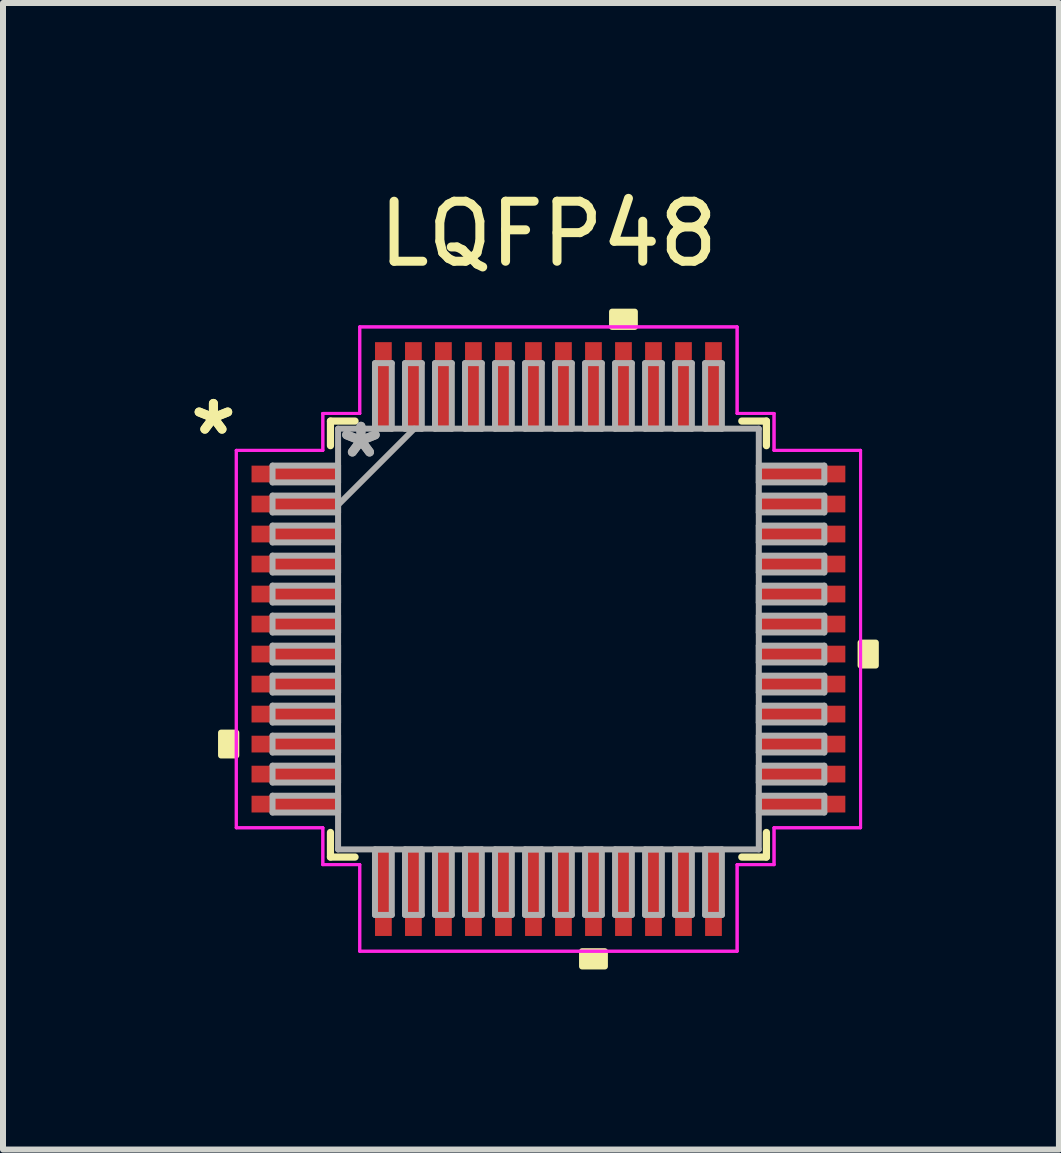
<source format=kicad_pcb>
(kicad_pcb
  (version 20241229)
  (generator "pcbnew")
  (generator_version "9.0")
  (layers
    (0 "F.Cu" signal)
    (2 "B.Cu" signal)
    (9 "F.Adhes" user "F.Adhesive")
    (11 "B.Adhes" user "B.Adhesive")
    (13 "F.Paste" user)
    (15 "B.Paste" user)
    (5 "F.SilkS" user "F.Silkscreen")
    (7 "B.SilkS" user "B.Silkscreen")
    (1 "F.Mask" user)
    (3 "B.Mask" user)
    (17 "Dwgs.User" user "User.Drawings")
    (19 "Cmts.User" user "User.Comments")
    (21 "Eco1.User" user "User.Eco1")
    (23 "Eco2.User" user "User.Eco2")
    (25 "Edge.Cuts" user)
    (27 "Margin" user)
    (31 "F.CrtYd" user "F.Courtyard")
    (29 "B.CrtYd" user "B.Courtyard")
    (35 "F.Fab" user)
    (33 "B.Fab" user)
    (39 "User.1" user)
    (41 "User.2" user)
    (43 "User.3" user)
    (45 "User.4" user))
  (footprint "LQFP48"
    (layer "F.Cu")
    (at 6.088 7.598)
    (property "Reference" "LQFP48" (at 0 -6.75 0) (layer "F.SilkS") (effects (font (size 1 1) (thickness 0.15))))
    (attr smd)
    (fp_line (start -3.632 -3.632) (end -3.632 -3.222) (stroke (width 0.12) (type solid)) (layer "F.SilkS"))
    (fp_line (start -3.632 3.222) (end -3.632 3.632) (stroke (width 0.12) (type solid)) (layer "F.SilkS"))
    (fp_line (start -3.632 3.632) (end -3.222 3.632) (stroke (width 0.12) (type solid)) (layer "F.SilkS"))
    (fp_line (start -3.222 -3.632) (end -3.632 -3.632) (stroke (width 0.12) (type solid)) (layer "F.SilkS"))
    (fp_line (start 3.222 3.632) (end 3.632 3.632) (stroke (width 0.12) (type solid)) (layer "F.SilkS"))
    (fp_line (start 3.632 -3.632) (end 3.222 -3.632) (stroke (width 0.12) (type solid)) (layer "F.SilkS"))
    (fp_line (start 3.632 -3.222) (end 3.632 -3.632) (stroke (width 0.12) (type solid)) (layer "F.SilkS"))
    (fp_line (start 3.632 3.632) (end 3.632 3.222) (stroke (width 0.12) (type solid)) (layer "F.SilkS"))
    (fp_poly (pts (xy -5.455 1.559) (xy -5.455 1.94) (xy -5.201 1.94) (xy -5.201 1.559)) (stroke (width 0.1) (type solid)) (fill yes) (layer "F.SilkS"))
    (fp_poly (pts (xy 0.56 5.201) (xy 0.56 5.455) (xy 0.941 5.455) (xy 0.941 5.201)) (stroke (width 0.1) (type solid)) (fill yes) (layer "F.SilkS"))
    (fp_poly (pts (xy 1.06 -5.201) (xy 1.06 -5.455) (xy 1.44 -5.455) (xy 1.44 -5.201)) (stroke (width 0.1) (type solid)) (fill yes) (layer "F.SilkS"))
    (fp_poly (pts (xy 5.455 0.059) (xy 5.455 0.441) (xy 5.201 0.441) (xy 5.201 0.059)) (stroke (width 0.1) (type solid)) (fill yes) (layer "F.SilkS"))
    (fp_line (start -5.201 -3.144) (end -3.759 -3.144) (stroke (width 0.05) (type solid)) (layer "F.CrtYd"))
    (fp_line (start -5.201 -3.144) (end -3.759 -3.144) (stroke (width 0.05) (type solid)) (layer "F.CrtYd"))
    (fp_line (start -5.201 3.144) (end -5.201 -3.144) (stroke (width 0.05) (type solid)) (layer "F.CrtYd"))
    (fp_line (start -5.201 3.144) (end -5.201 -3.144) (stroke (width 0.05) (type solid)) (layer "F.CrtYd"))
    (fp_line (start -3.759 -3.759) (end -3.144 -3.759) (stroke (width 0.05) (type solid)) (layer "F.CrtYd"))
    (fp_line (start -3.759 -3.759) (end -3.144 -3.759) (stroke (width 0.05) (type solid)) (layer "F.CrtYd"))
    (fp_line (start -3.759 -3.144) (end -3.759 -3.759) (stroke (width 0.05) (type solid)) (layer "F.CrtYd"))
    (fp_line (start -3.759 -3.144) (end -3.759 -3.759) (stroke (width 0.05) (type solid)) (layer "F.CrtYd"))
    (fp_line (start -3.759 3.144) (end -5.201 3.144) (stroke (width 0.05) (type solid)) (layer "F.CrtYd"))
    (fp_line (start -3.759 3.144) (end -5.201 3.144) (stroke (width 0.05) (type solid)) (layer "F.CrtYd"))
    (fp_line (start -3.759 3.759) (end -3.759 3.144) (stroke (width 0.05) (type solid)) (layer "F.CrtYd"))
    (fp_line (start -3.759 3.759) (end -3.759 3.144) (stroke (width 0.05) (type solid)) (layer "F.CrtYd"))
    (fp_line (start -3.759 3.759) (end -3.144 3.759) (stroke (width 0.05) (type solid)) (layer "F.CrtYd"))
    (fp_line (start -3.144 -5.201) (end 3.144 -5.201) (stroke (width 0.05) (type solid)) (layer "F.CrtYd"))
    (fp_line (start -3.144 -5.201) (end 3.144 -5.201) (stroke (width 0.05) (type solid)) (layer "F.CrtYd"))
    (fp_line (start -3.144 -3.759) (end -3.144 -5.201) (stroke (width 0.05) (type solid)) (layer "F.CrtYd"))
    (fp_line (start -3.144 -3.759) (end -3.144 -5.201) (stroke (width 0.05) (type solid)) (layer "F.CrtYd"))
    (fp_line (start -3.144 3.759) (end -3.759 3.759) (stroke (width 0.05) (type solid)) (layer "F.CrtYd"))
    (fp_line (start -3.144 3.759) (end -3.144 5.201) (stroke (width 0.05) (type solid)) (layer "F.CrtYd"))
    (fp_line (start -3.144 5.201) (end -3.144 3.759) (stroke (width 0.05) (type solid)) (layer "F.CrtYd"))
    (fp_line (start -3.144 5.201) (end 3.144 5.201) (stroke (width 0.05) (type solid)) (layer "F.CrtYd"))
    (fp_line (start 3.144 -5.201) (end 3.144 -3.759) (stroke (width 0.05) (type solid)) (layer "F.CrtYd"))
    (fp_line (start 3.144 -5.201) (end 3.144 -3.759) (stroke (width 0.05) (type solid)) (layer "F.CrtYd"))
    (fp_line (start 3.144 -3.759) (end 3.759 -3.759) (stroke (width 0.05) (type solid)) (layer "F.CrtYd"))
    (fp_line (start 3.144 -3.759) (end 3.759 -3.759) (stroke (width 0.05) (type solid)) (layer "F.CrtYd"))
    (fp_line (start 3.144 3.759) (end 3.144 5.201) (stroke (width 0.05) (type solid)) (layer "F.CrtYd"))
    (fp_line (start 3.144 3.759) (end 3.759 3.759) (stroke (width 0.05) (type solid)) (layer "F.CrtYd"))
    (fp_line (start 3.144 5.201) (end -3.144 5.201) (stroke (width 0.05) (type solid)) (layer "F.CrtYd"))
    (fp_line (start 3.144 5.201) (end 3.144 3.759) (stroke (width 0.05) (type solid)) (layer "F.CrtYd"))
    (fp_line (start 3.759 -3.759) (end 3.759 -3.144) (stroke (width 0.05) (type solid)) (layer "F.CrtYd"))
    (fp_line (start 3.759 -3.144) (end 3.759 -3.759) (stroke (width 0.05) (type solid)) (layer "F.CrtYd"))
    (fp_line (start 3.759 -3.144) (end 5.201 -3.144) (stroke (width 0.05) (type solid)) (layer "F.CrtYd"))
    (fp_line (start 3.759 3.144) (end 3.759 3.759) (stroke (width 0.05) (type solid)) (layer "F.CrtYd"))
    (fp_line (start 3.759 3.144) (end 5.201 3.144) (stroke (width 0.05) (type solid)) (layer "F.CrtYd"))
    (fp_line (start 3.759 3.759) (end 3.144 3.759) (stroke (width 0.05) (type solid)) (layer "F.CrtYd"))
    (fp_line (start 3.759 3.759) (end 3.759 3.144) (stroke (width 0.05) (type solid)) (layer "F.CrtYd"))
    (fp_line (start 5.201 -3.144) (end 3.759 -3.144) (stroke (width 0.05) (type solid)) (layer "F.CrtYd"))
    (fp_line (start 5.201 -3.144) (end 5.201 3.144) (stroke (width 0.05) (type solid)) (layer "F.CrtYd"))
    (fp_line (start 5.201 3.144) (end 3.759 3.144) (stroke (width 0.05) (type solid)) (layer "F.CrtYd"))
    (fp_line (start 5.201 3.144) (end 5.201 -3.144) (stroke (width 0.05) (type solid)) (layer "F.CrtYd"))
    (fp_line (start -4.597 -2.89) (end -4.597 -2.61) (stroke (width 0.1) (type solid)) (layer "F.Fab"))
    (fp_line (start -4.597 -2.61) (end -3.505 -2.61) (stroke (width 0.1) (type solid)) (layer "F.Fab"))
    (fp_line (start -4.597 -2.39) (end -4.597 -2.11) (stroke (width 0.1) (type solid)) (layer "F.Fab"))
    (fp_line (start -4.597 -2.11) (end -3.505 -2.11) (stroke (width 0.1) (type solid)) (layer "F.Fab"))
    (fp_line (start -4.597 -1.89) (end -4.597 -1.61) (stroke (width 0.1) (type solid)) (layer "F.Fab"))
    (fp_line (start -4.597 -1.61) (end -3.505 -1.61) (stroke (width 0.1) (type solid)) (layer "F.Fab"))
    (fp_line (start -4.597 -1.39) (end -4.597 -1.11) (stroke (width 0.1) (type solid)) (layer "F.Fab"))
    (fp_line (start -4.597 -1.11) (end -3.505 -1.11) (stroke (width 0.1) (type solid)) (layer "F.Fab"))
    (fp_line (start -4.597 -0.89) (end -4.597 -0.61) (stroke (width 0.1) (type solid)) (layer "F.Fab"))
    (fp_line (start -4.597 -0.61) (end -3.505 -0.61) (stroke (width 0.1) (type solid)) (layer "F.Fab"))
    (fp_line (start -4.597 -0.39) (end -4.597 -0.11) (stroke (width 0.1) (type solid)) (layer "F.Fab"))
    (fp_line (start -4.597 -0.11) (end -3.505 -0.11) (stroke (width 0.1) (type solid)) (layer "F.Fab"))
    (fp_line (start -4.597 0.11) (end -4.597 0.39) (stroke (width 0.1) (type solid)) (layer "F.Fab"))
    (fp_line (start -4.597 0.39) (end -3.505 0.39) (stroke (width 0.1) (type solid)) (layer "F.Fab"))
    (fp_line (start -4.597 0.61) (end -4.597 0.89) (stroke (width 0.1) (type solid)) (layer "F.Fab"))
    (fp_line (start -4.597 0.89) (end -3.505 0.89) (stroke (width 0.1) (type solid)) (layer "F.Fab"))
    (fp_line (start -4.597 1.11) (end -4.597 1.39) (stroke (width 0.1) (type solid)) (layer "F.Fab"))
    (fp_line (start -4.597 1.39) (end -3.505 1.39) (stroke (width 0.1) (type solid)) (layer "F.Fab"))
    (fp_line (start -4.597 1.61) (end -4.597 1.89) (stroke (width 0.1) (type solid)) (layer "F.Fab"))
    (fp_line (start -4.597 1.89) (end -3.505 1.89) (stroke (width 0.1) (type solid)) (layer "F.Fab"))
    (fp_line (start -4.597 2.11) (end -4.597 2.39) (stroke (width 0.1) (type solid)) (layer "F.Fab"))
    (fp_line (start -4.597 2.39) (end -3.505 2.39) (stroke (width 0.1) (type solid)) (layer "F.Fab"))
    (fp_line (start -4.597 2.61) (end -4.597 2.89) (stroke (width 0.1) (type solid)) (layer "F.Fab"))
    (fp_line (start -4.597 2.89) (end -3.505 2.89) (stroke (width 0.1) (type solid)) (layer "F.Fab"))
    (fp_line (start -3.505 -3.505) (end -3.505 3.505) (stroke (width 0.1) (type solid)) (layer "F.Fab"))
    (fp_line (start -3.505 -2.89) (end -4.597 -2.89) (stroke (width 0.1) (type solid)) (layer "F.Fab"))
    (fp_line (start -3.505 -2.61) (end -3.505 -2.89) (stroke (width 0.1) (type solid)) (layer "F.Fab"))
    (fp_line (start -3.505 -2.39) (end -4.597 -2.39) (stroke (width 0.1) (type solid)) (layer "F.Fab"))
    (fp_line (start -3.505 -2.235) (end -2.235 -3.505) (stroke (width 0.1) (type solid)) (layer "F.Fab"))
    (fp_line (start -3.505 -2.11) (end -3.505 -2.39) (stroke (width 0.1) (type solid)) (layer "F.Fab"))
    (fp_line (start -3.505 -1.89) (end -4.597 -1.89) (stroke (width 0.1) (type solid)) (layer "F.Fab"))
    (fp_line (start -3.505 -1.61) (end -3.505 -1.89) (stroke (width 0.1) (type solid)) (layer "F.Fab"))
    (fp_line (start -3.505 -1.39) (end -4.597 -1.39) (stroke (width 0.1) (type solid)) (layer "F.Fab"))
    (fp_line (start -3.505 -1.11) (end -3.505 -1.39) (stroke (width 0.1) (type solid)) (layer "F.Fab"))
    (fp_line (start -3.505 -0.89) (end -4.597 -0.89) (stroke (width 0.1) (type solid)) (layer "F.Fab"))
    (fp_line (start -3.505 -0.61) (end -3.505 -0.89) (stroke (width 0.1) (type solid)) (layer "F.Fab"))
    (fp_line (start -3.505 -0.39) (end -4.597 -0.39) (stroke (width 0.1) (type solid)) (layer "F.Fab"))
    (fp_line (start -3.505 -0.11) (end -3.505 -0.39) (stroke (width 0.1) (type solid)) (layer "F.Fab"))
    (fp_line (start -3.505 0.11) (end -4.597 0.11) (stroke (width 0.1) (type solid)) (layer "F.Fab"))
    (fp_line (start -3.505 0.39) (end -3.505 0.11) (stroke (width 0.1) (type solid)) (layer "F.Fab"))
    (fp_line (start -3.505 0.61) (end -4.597 0.61) (stroke (width 0.1) (type solid)) (layer "F.Fab"))
    (fp_line (start -3.505 0.89) (end -3.505 0.61) (stroke (width 0.1) (type solid)) (layer "F.Fab"))
    (fp_line (start -3.505 1.11) (end -4.597 1.11) (stroke (width 0.1) (type solid)) (layer "F.Fab"))
    (fp_line (start -3.505 1.39) (end -3.505 1.11) (stroke (width 0.1) (type solid)) (layer "F.Fab"))
    (fp_line (start -3.505 1.61) (end -4.597 1.61) (stroke (width 0.1) (type solid)) (layer "F.Fab"))
    (fp_line (start -3.505 1.89) (end -3.505 1.61) (stroke (width 0.1) (type solid)) (layer "F.Fab"))
    (fp_line (start -3.505 2.11) (end -4.597 2.11) (stroke (width 0.1) (type solid)) (layer "F.Fab"))
    (fp_line (start -3.505 2.39) (end -3.505 2.11) (stroke (width 0.1) (type solid)) (layer "F.Fab"))
    (fp_line (start -3.505 2.61) (end -4.597 2.61) (stroke (width 0.1) (type solid)) (layer "F.Fab"))
    (fp_line (start -3.505 2.89) (end -3.505 2.61) (stroke (width 0.1) (type solid)) (layer "F.Fab"))
    (fp_line (start -3.505 3.505) (end 3.505 3.505) (stroke (width 0.1) (type solid)) (layer "F.Fab"))
    (fp_line (start -2.89 -4.597) (end -2.89 -3.505) (stroke (width 0.1) (type solid)) (layer "F.Fab"))
    (fp_line (start -2.89 -3.505) (end -2.61 -3.505) (stroke (width 0.1) (type solid)) (layer "F.Fab"))
    (fp_line (start -2.89 3.505) (end -2.89 4.597) (stroke (width 0.1) (type solid)) (layer "F.Fab"))
    (fp_line (start -2.89 4.597) (end -2.61 4.597) (stroke (width 0.1) (type solid)) (layer "F.Fab"))
    (fp_line (start -2.61 -4.597) (end -2.89 -4.597) (stroke (width 0.1) (type solid)) (layer "F.Fab"))
    (fp_line (start -2.61 -3.505) (end -2.61 -4.597) (stroke (width 0.1) (type solid)) (layer "F.Fab"))
    (fp_line (start -2.61 3.505) (end -2.89 3.505) (stroke (width 0.1) (type solid)) (layer "F.Fab"))
    (fp_line (start -2.61 4.597) (end -2.61 3.505) (stroke (width 0.1) (type solid)) (layer "F.Fab"))
    (fp_line (start -2.39 -4.597) (end -2.39 -3.505) (stroke (width 0.1) (type solid)) (layer "F.Fab"))
    (fp_line (start -2.39 -3.505) (end -2.11 -3.505) (stroke (width 0.1) (type solid)) (layer "F.Fab"))
    (fp_line (start -2.39 3.505) (end -2.39 4.597) (stroke (width 0.1) (type solid)) (layer "F.Fab"))
    (fp_line (start -2.39 4.597) (end -2.11 4.597) (stroke (width 0.1) (type solid)) (layer "F.Fab"))
    (fp_line (start -2.11 -4.597) (end -2.39 -4.597) (stroke (width 0.1) (type solid)) (layer "F.Fab"))
    (fp_line (start -2.11 -3.505) (end -2.11 -4.597) (stroke (width 0.1) (type solid)) (layer "F.Fab"))
    (fp_line (start -2.11 3.505) (end -2.39 3.505) (stroke (width 0.1) (type solid)) (layer "F.Fab"))
    (fp_line (start -2.11 4.597) (end -2.11 3.505) (stroke (width 0.1) (type solid)) (layer "F.Fab"))
    (fp_line (start -1.89 -4.597) (end -1.89 -3.505) (stroke (width 0.1) (type solid)) (layer "F.Fab"))
    (fp_line (start -1.89 -3.505) (end -1.61 -3.505) (stroke (width 0.1) (type solid)) (layer "F.Fab"))
    (fp_line (start -1.89 3.505) (end -1.89 4.597) (stroke (width 0.1) (type solid)) (layer "F.Fab"))
    (fp_line (start -1.89 4.597) (end -1.61 4.597) (stroke (width 0.1) (type solid)) (layer "F.Fab"))
    (fp_line (start -1.61 -4.597) (end -1.89 -4.597) (stroke (width 0.1) (type solid)) (layer "F.Fab"))
    (fp_line (start -1.61 -3.505) (end -1.61 -4.597) (stroke (width 0.1) (type solid)) (layer "F.Fab"))
    (fp_line (start -1.61 3.505) (end -1.89 3.505) (stroke (width 0.1) (type solid)) (layer "F.Fab"))
    (fp_line (start -1.61 4.597) (end -1.61 3.505) (stroke (width 0.1) (type solid)) (layer "F.Fab"))
    (fp_line (start -1.39 -4.597) (end -1.39 -3.505) (stroke (width 0.1) (type solid)) (layer "F.Fab"))
    (fp_line (start -1.39 -3.505) (end -1.11 -3.505) (stroke (width 0.1) (type solid)) (layer "F.Fab"))
    (fp_line (start -1.39 3.505) (end -1.39 4.597) (stroke (width 0.1) (type solid)) (layer "F.Fab"))
    (fp_line (start -1.39 4.597) (end -1.11 4.597) (stroke (width 0.1) (type solid)) (layer "F.Fab"))
    (fp_line (start -1.11 -4.597) (end -1.39 -4.597) (stroke (width 0.1) (type solid)) (layer "F.Fab"))
    (fp_line (start -1.11 -3.505) (end -1.11 -4.597) (stroke (width 0.1) (type solid)) (layer "F.Fab"))
    (fp_line (start -1.11 3.505) (end -1.39 3.505) (stroke (width 0.1) (type solid)) (layer "F.Fab"))
    (fp_line (start -1.11 4.597) (end -1.11 3.505) (stroke (width 0.1) (type solid)) (layer "F.Fab"))
    (fp_line (start -0.89 -4.597) (end -0.89 -3.505) (stroke (width 0.1) (type solid)) (layer "F.Fab"))
    (fp_line (start -0.89 -3.505) (end -0.61 -3.505) (stroke (width 0.1) (type solid)) (layer "F.Fab"))
    (fp_line (start -0.89 3.505) (end -0.89 4.597) (stroke (width 0.1) (type solid)) (layer "F.Fab"))
    (fp_line (start -0.89 4.597) (end -0.61 4.597) (stroke (width 0.1) (type solid)) (layer "F.Fab"))
    (fp_line (start -0.61 -4.597) (end -0.89 -4.597) (stroke (width 0.1) (type solid)) (layer "F.Fab"))
    (fp_line (start -0.61 -3.505) (end -0.61 -4.597) (stroke (width 0.1) (type solid)) (layer "F.Fab"))
    (fp_line (start -0.61 3.505) (end -0.89 3.505) (stroke (width 0.1) (type solid)) (layer "F.Fab"))
    (fp_line (start -0.61 4.597) (end -0.61 3.505) (stroke (width 0.1) (type solid)) (layer "F.Fab"))
    (fp_line (start -0.39 -4.597) (end -0.39 -3.505) (stroke (width 0.1) (type solid)) (layer "F.Fab"))
    (fp_line (start -0.39 -3.505) (end -0.11 -3.505) (stroke (width 0.1) (type solid)) (layer "F.Fab"))
    (fp_line (start -0.39 3.505) (end -0.39 4.597) (stroke (width 0.1) (type solid)) (layer "F.Fab"))
    (fp_line (start -0.39 4.597) (end -0.11 4.597) (stroke (width 0.1) (type solid)) (layer "F.Fab"))
    (fp_line (start -0.11 -4.597) (end -0.39 -4.597) (stroke (width 0.1) (type solid)) (layer "F.Fab"))
    (fp_line (start -0.11 -3.505) (end -0.11 -4.597) (stroke (width 0.1) (type solid)) (layer "F.Fab"))
    (fp_line (start -0.11 3.505) (end -0.39 3.505) (stroke (width 0.1) (type solid)) (layer "F.Fab"))
    (fp_line (start -0.11 4.597) (end -0.11 3.505) (stroke (width 0.1) (type solid)) (layer "F.Fab"))
    (fp_line (start 0.11 -4.597) (end 0.11 -3.505) (stroke (width 0.1) (type solid)) (layer "F.Fab"))
    (fp_line (start 0.11 -3.505) (end 0.39 -3.505) (stroke (width 0.1) (type solid)) (layer "F.Fab"))
    (fp_line (start 0.11 3.505) (end 0.11 4.597) (stroke (width 0.1) (type solid)) (layer "F.Fab"))
    (fp_line (start 0.11 4.597) (end 0.39 4.597) (stroke (width 0.1) (type solid)) (layer "F.Fab"))
    (fp_line (start 0.39 -4.597) (end 0.11 -4.597) (stroke (width 0.1) (type solid)) (layer "F.Fab"))
    (fp_line (start 0.39 -3.505) (end 0.39 -4.597) (stroke (width 0.1) (type solid)) (layer "F.Fab"))
    (fp_line (start 0.39 3.505) (end 0.11 3.505) (stroke (width 0.1) (type solid)) (layer "F.Fab"))
    (fp_line (start 0.39 4.597) (end 0.39 3.505) (stroke (width 0.1) (type solid)) (layer "F.Fab"))
    (fp_line (start 0.61 -4.597) (end 0.61 -3.505) (stroke (width 0.1) (type solid)) (layer "F.Fab"))
    (fp_line (start 0.61 -3.505) (end 0.89 -3.505) (stroke (width 0.1) (type solid)) (layer "F.Fab"))
    (fp_line (start 0.61 3.505) (end 0.61 4.597) (stroke (width 0.1) (type solid)) (layer "F.Fab"))
    (fp_line (start 0.61 4.597) (end 0.89 4.597) (stroke (width 0.1) (type solid)) (layer "F.Fab"))
    (fp_line (start 0.89 -4.597) (end 0.61 -4.597) (stroke (width 0.1) (type solid)) (layer "F.Fab"))
    (fp_line (start 0.89 -3.505) (end 0.89 -4.597) (stroke (width 0.1) (type solid)) (layer "F.Fab"))
    (fp_line (start 0.89 3.505) (end 0.61 3.505) (stroke (width 0.1) (type solid)) (layer "F.Fab"))
    (fp_line (start 0.89 4.597) (end 0.89 3.505) (stroke (width 0.1) (type solid)) (layer "F.Fab"))
    (fp_line (start 1.11 -4.597) (end 1.11 -3.505) (stroke (width 0.1) (type solid)) (layer "F.Fab"))
    (fp_line (start 1.11 -3.505) (end 1.39 -3.505) (stroke (width 0.1) (type solid)) (layer "F.Fab"))
    (fp_line (start 1.11 3.505) (end 1.11 4.597) (stroke (width 0.1) (type solid)) (layer "F.Fab"))
    (fp_line (start 1.11 4.597) (end 1.39 4.597) (stroke (width 0.1) (type solid)) (layer "F.Fab"))
    (fp_line (start 1.39 -4.597) (end 1.11 -4.597) (stroke (width 0.1) (type solid)) (layer "F.Fab"))
    (fp_line (start 1.39 -3.505) (end 1.39 -4.597) (stroke (width 0.1) (type solid)) (layer "F.Fab"))
    (fp_line (start 1.39 3.505) (end 1.11 3.505) (stroke (width 0.1) (type solid)) (layer "F.Fab"))
    (fp_line (start 1.39 4.597) (end 1.39 3.505) (stroke (width 0.1) (type solid)) (layer "F.Fab"))
    (fp_line (start 1.61 -4.597) (end 1.61 -3.505) (stroke (width 0.1) (type solid)) (layer "F.Fab"))
    (fp_line (start 1.61 -3.505) (end 1.89 -3.505) (stroke (width 0.1) (type solid)) (layer "F.Fab"))
    (fp_line (start 1.61 3.505) (end 1.61 4.597) (stroke (width 0.1) (type solid)) (layer "F.Fab"))
    (fp_line (start 1.61 4.597) (end 1.89 4.597) (stroke (width 0.1) (type solid)) (layer "F.Fab"))
    (fp_line (start 1.89 -4.597) (end 1.61 -4.597) (stroke (width 0.1) (type solid)) (layer "F.Fab"))
    (fp_line (start 1.89 -3.505) (end 1.89 -4.597) (stroke (width 0.1) (type solid)) (layer "F.Fab"))
    (fp_line (start 1.89 3.505) (end 1.61 3.505) (stroke (width 0.1) (type solid)) (layer "F.Fab"))
    (fp_line (start 1.89 4.597) (end 1.89 3.505) (stroke (width 0.1) (type solid)) (layer "F.Fab"))
    (fp_line (start 2.11 -4.597) (end 2.11 -3.505) (stroke (width 0.1) (type solid)) (layer "F.Fab"))
    (fp_line (start 2.11 -3.505) (end 2.39 -3.505) (stroke (width 0.1) (type solid)) (layer "F.Fab"))
    (fp_line (start 2.11 3.505) (end 2.11 4.597) (stroke (width 0.1) (type solid)) (layer "F.Fab"))
    (fp_line (start 2.11 4.597) (end 2.39 4.597) (stroke (width 0.1) (type solid)) (layer "F.Fab"))
    (fp_line (start 2.39 -4.597) (end 2.11 -4.597) (stroke (width 0.1) (type solid)) (layer "F.Fab"))
    (fp_line (start 2.39 -3.505) (end 2.39 -4.597) (stroke (width 0.1) (type solid)) (layer "F.Fab"))
    (fp_line (start 2.39 3.505) (end 2.11 3.505) (stroke (width 0.1) (type solid)) (layer "F.Fab"))
    (fp_line (start 2.39 4.597) (end 2.39 3.505) (stroke (width 0.1) (type solid)) (layer "F.Fab"))
    (fp_line (start 2.61 -4.597) (end 2.61 -3.505) (stroke (width 0.1) (type solid)) (layer "F.Fab"))
    (fp_line (start 2.61 -3.505) (end 2.89 -3.505) (stroke (width 0.1) (type solid)) (layer "F.Fab"))
    (fp_line (start 2.61 3.505) (end 2.61 4.597) (stroke (width 0.1) (type solid)) (layer "F.Fab"))
    (fp_line (start 2.61 4.597) (end 2.89 4.597) (stroke (width 0.1) (type solid)) (layer "F.Fab"))
    (fp_line (start 2.89 -4.597) (end 2.61 -4.597) (stroke (width 0.1) (type solid)) (layer "F.Fab"))
    (fp_line (start 2.89 -3.505) (end 2.89 -4.597) (stroke (width 0.1) (type solid)) (layer "F.Fab"))
    (fp_line (start 2.89 3.505) (end 2.61 3.505) (stroke (width 0.1) (type solid)) (layer "F.Fab"))
    (fp_line (start 2.89 4.597) (end 2.89 3.505) (stroke (width 0.1) (type solid)) (layer "F.Fab"))
    (fp_line (start 3.505 -3.505) (end -3.505 -3.505) (stroke (width 0.1) (type solid)) (layer "F.Fab"))
    (fp_line (start 3.505 -2.89) (end 3.505 -2.61) (stroke (width 0.1) (type solid)) (layer "F.Fab"))
    (fp_line (start 3.505 -2.61) (end 4.597 -2.61) (stroke (width 0.1) (type solid)) (layer "F.Fab"))
    (fp_line (start 3.505 -2.39) (end 3.505 -2.11) (stroke (width 0.1) (type solid)) (layer "F.Fab"))
    (fp_line (start 3.505 -2.11) (end 4.597 -2.11) (stroke (width 0.1) (type solid)) (layer "F.Fab"))
    (fp_line (start 3.505 -1.89) (end 3.505 -1.61) (stroke (width 0.1) (type solid)) (layer "F.Fab"))
    (fp_line (start 3.505 -1.61) (end 4.597 -1.61) (stroke (width 0.1) (type solid)) (layer "F.Fab"))
    (fp_line (start 3.505 -1.39) (end 3.505 -1.11) (stroke (width 0.1) (type solid)) (layer "F.Fab"))
    (fp_line (start 3.505 -1.11) (end 4.597 -1.11) (stroke (width 0.1) (type solid)) (layer "F.Fab"))
    (fp_line (start 3.505 -0.89) (end 3.505 -0.61) (stroke (width 0.1) (type solid)) (layer "F.Fab"))
    (fp_line (start 3.505 -0.61) (end 4.597 -0.61) (stroke (width 0.1) (type solid)) (layer "F.Fab"))
    (fp_line (start 3.505 -0.39) (end 3.505 -0.11) (stroke (width 0.1) (type solid)) (layer "F.Fab"))
    (fp_line (start 3.505 -0.11) (end 4.597 -0.11) (stroke (width 0.1) (type solid)) (layer "F.Fab"))
    (fp_line (start 3.505 0.11) (end 3.505 0.39) (stroke (width 0.1) (type solid)) (layer "F.Fab"))
    (fp_line (start 3.505 0.39) (end 4.597 0.39) (stroke (width 0.1) (type solid)) (layer "F.Fab"))
    (fp_line (start 3.505 0.61) (end 3.505 0.89) (stroke (width 0.1) (type solid)) (layer "F.Fab"))
    (fp_line (start 3.505 0.89) (end 4.597 0.89) (stroke (width 0.1) (type solid)) (layer "F.Fab"))
    (fp_line (start 3.505 1.11) (end 3.505 1.39) (stroke (width 0.1) (type solid)) (layer "F.Fab"))
    (fp_line (start 3.505 1.39) (end 4.597 1.39) (stroke (width 0.1) (type solid)) (layer "F.Fab"))
    (fp_line (start 3.505 1.61) (end 3.505 1.89) (stroke (width 0.1) (type solid)) (layer "F.Fab"))
    (fp_line (start 3.505 1.89) (end 4.597 1.89) (stroke (width 0.1) (type solid)) (layer "F.Fab"))
    (fp_line (start 3.505 2.11) (end 3.505 2.39) (stroke (width 0.1) (type solid)) (layer "F.Fab"))
    (fp_line (start 3.505 2.39) (end 4.597 2.39) (stroke (width 0.1) (type solid)) (layer "F.Fab"))
    (fp_line (start 3.505 2.61) (end 3.505 2.89) (stroke (width 0.1) (type solid)) (layer "F.Fab"))
    (fp_line (start 3.505 2.89) (end 4.597 2.89) (stroke (width 0.1) (type solid)) (layer "F.Fab"))
    (fp_line (start 3.505 3.505) (end 3.505 -3.505) (stroke (width 0.1) (type solid)) (layer "F.Fab"))
    (fp_line (start 4.597 -2.89) (end 3.505 -2.89) (stroke (width 0.1) (type solid)) (layer "F.Fab"))
    (fp_line (start 4.597 -2.61) (end 4.597 -2.89) (stroke (width 0.1) (type solid)) (layer "F.Fab"))
    (fp_line (start 4.597 -2.39) (end 3.505 -2.39) (stroke (width 0.1) (type solid)) (layer "F.Fab"))
    (fp_line (start 4.597 -2.11) (end 4.597 -2.39) (stroke (width 0.1) (type solid)) (layer "F.Fab"))
    (fp_line (start 4.597 -1.89) (end 3.505 -1.89) (stroke (width 0.1) (type solid)) (layer "F.Fab"))
    (fp_line (start 4.597 -1.61) (end 4.597 -1.89) (stroke (width 0.1) (type solid)) (layer "F.Fab"))
    (fp_line (start 4.597 -1.39) (end 3.505 -1.39) (stroke (width 0.1) (type solid)) (layer "F.Fab"))
    (fp_line (start 4.597 -1.11) (end 4.597 -1.39) (stroke (width 0.1) (type solid)) (layer "F.Fab"))
    (fp_line (start 4.597 -0.89) (end 3.505 -0.89) (stroke (width 0.1) (type solid)) (layer "F.Fab"))
    (fp_line (start 4.597 -0.61) (end 4.597 -0.89) (stroke (width 0.1) (type solid)) (layer "F.Fab"))
    (fp_line (start 4.597 -0.39) (end 3.505 -0.39) (stroke (width 0.1) (type solid)) (layer "F.Fab"))
    (fp_line (start 4.597 -0.11) (end 4.597 -0.39) (stroke (width 0.1) (type solid)) (layer "F.Fab"))
    (fp_line (start 4.597 0.11) (end 3.505 0.11) (stroke (width 0.1) (type solid)) (layer "F.Fab"))
    (fp_line (start 4.597 0.39) (end 4.597 0.11) (stroke (width 0.1) (type solid)) (layer "F.Fab"))
    (fp_line (start 4.597 0.61) (end 3.505 0.61) (stroke (width 0.1) (type solid)) (layer "F.Fab"))
    (fp_line (start 4.597 0.89) (end 4.597 0.61) (stroke (width 0.1) (type solid)) (layer "F.Fab"))
    (fp_line (start 4.597 1.11) (end 3.505 1.11) (stroke (width 0.1) (type solid)) (layer "F.Fab"))
    (fp_line (start 4.597 1.39) (end 4.597 1.11) (stroke (width 0.1) (type solid)) (layer "F.Fab"))
    (fp_line (start 4.597 1.61) (end 3.505 1.61) (stroke (width 0.1) (type solid)) (layer "F.Fab"))
    (fp_line (start 4.597 1.89) (end 4.597 1.61) (stroke (width 0.1) (type solid)) (layer "F.Fab"))
    (fp_line (start 4.597 2.11) (end 3.505 2.11) (stroke (width 0.1) (type solid)) (layer "F.Fab"))
    (fp_line (start 4.597 2.39) (end 4.597 2.11) (stroke (width 0.1) (type solid)) (layer "F.Fab"))
    (fp_line (start 4.597 2.61) (end 3.505 2.61) (stroke (width 0.1) (type solid)) (layer "F.Fab"))
    (fp_line (start 4.597 2.89) (end 4.597 2.61) (stroke (width 0.1) (type solid)) (layer "F.Fab"))
    (fp_text user "*" (at -5.582 -3.381 0) (layer "F.SilkS") (effects (font (size 1 1) (thickness 0.15))))
    (fp_text user "*" (at -5.582 -3.381 0) (layer "F.SilkS") (effects (font (size 1 1) (thickness 0.15))))
    (fp_text user "*" (at -3.124 -3 0) (layer "F.Fab") (effects (font (size 1 1) (thickness 0.15))))
    (fp_text user "*" (at -3.124 -3 0) (layer "F.Fab") (effects (font (size 1 1) (thickness 0.15))))
    (pad "1" smd rect (at -4.216 -2.75 90) (size 0.279 1.462) (layers "F.Cu" "F.Mask" "F.Paste"))
    (pad "2" smd rect (at -4.216 -2.25 90) (size 0.279 1.462) (layers "F.Cu" "F.Mask" "F.Paste"))
    (pad "3" smd rect (at -4.216 -1.75 90) (size 0.279 1.462) (layers "F.Cu" "F.Mask" "F.Paste"))
    (pad "4" smd rect (at -4.216 -1.25 90) (size 0.279 1.462) (layers "F.Cu" "F.Mask" "F.Paste"))
    (pad "5" smd rect (at -4.216 -0.75 90) (size 0.279 1.462) (layers "F.Cu" "F.Mask" "F.Paste"))
    (pad "6" smd rect (at -4.216 -0.25 90) (size 0.279 1.462) (layers "F.Cu" "F.Mask" "F.Paste"))
    (pad "7" smd rect (at -4.216 0.25 90) (size 0.279 1.462) (layers "F.Cu" "F.Mask" "F.Paste"))
    (pad "8" smd rect (at -4.216 0.75 90) (size 0.279 1.462) (layers "F.Cu" "F.Mask" "F.Paste"))
    (pad "9" smd rect (at -4.216 1.25 90) (size 0.279 1.462) (layers "F.Cu" "F.Mask" "F.Paste"))
    (pad "10" smd rect (at -4.216 1.75 90) (size 0.279 1.462) (layers "F.Cu" "F.Mask" "F.Paste"))
    (pad "11" smd rect (at -4.216 2.25 90) (size 0.279 1.462) (layers "F.Cu" "F.Mask" "F.Paste"))
    (pad "12" smd rect (at -4.216 2.75 90) (size 0.279 1.462) (layers "F.Cu" "F.Mask" "F.Paste"))
    (pad "13" smd rect (at -2.75 4.216) (size 0.279 1.462) (layers "F.Cu" "F.Mask" "F.Paste"))
    (pad "14" smd rect (at -2.25 4.216) (size 0.279 1.462) (layers "F.Cu" "F.Mask" "F.Paste"))
    (pad "15" smd rect (at -1.75 4.216) (size 0.279 1.462) (layers "F.Cu" "F.Mask" "F.Paste"))
    (pad "16" smd rect (at -1.25 4.216) (size 0.279 1.462) (layers "F.Cu" "F.Mask" "F.Paste"))
    (pad "17" smd rect (at -0.75 4.216) (size 0.279 1.462) (layers "F.Cu" "F.Mask" "F.Paste"))
    (pad "18" smd rect (at -0.25 4.216) (size 0.279 1.462) (layers "F.Cu" "F.Mask" "F.Paste"))
    (pad "19" smd rect (at 0.25 4.216) (size 0.279 1.462) (layers "F.Cu" "F.Mask" "F.Paste"))
    (pad "20" smd rect (at 0.75 4.216) (size 0.279 1.462) (layers "F.Cu" "F.Mask" "F.Paste"))
    (pad "21" smd rect (at 1.25 4.216) (size 0.279 1.462) (layers "F.Cu" "F.Mask" "F.Paste"))
    (pad "22" smd rect (at 1.75 4.216) (size 0.279 1.462) (layers "F.Cu" "F.Mask" "F.Paste"))
    (pad "23" smd rect (at 2.25 4.216) (size 0.279 1.462) (layers "F.Cu" "F.Mask" "F.Paste"))
    (pad "24" smd rect (at 2.75 4.216) (size 0.279 1.462) (layers "F.Cu" "F.Mask" "F.Paste"))
    (pad "25" smd rect (at 4.216 2.75 90) (size 0.279 1.462) (layers "F.Cu" "F.Mask" "F.Paste"))
    (pad "26" smd rect (at 4.216 2.25 90) (size 0.279 1.462) (layers "F.Cu" "F.Mask" "F.Paste"))
    (pad "27" smd rect (at 4.216 1.75 90) (size 0.279 1.462) (layers "F.Cu" "F.Mask" "F.Paste"))
    (pad "28" smd rect (at 4.216 1.25 90) (size 0.279 1.462) (layers "F.Cu" "F.Mask" "F.Paste"))
    (pad "29" smd rect (at 4.216 0.75 90) (size 0.279 1.462) (layers "F.Cu" "F.Mask" "F.Paste"))
    (pad "30" smd rect (at 4.216 0.25 90) (size 0.279 1.462) (layers "F.Cu" "F.Mask" "F.Paste"))
    (pad "31" smd rect (at 4.216 -0.25 90) (size 0.279 1.462) (layers "F.Cu" "F.Mask" "F.Paste"))
    (pad "32" smd rect (at 4.216 -0.75 90) (size 0.279 1.462) (layers "F.Cu" "F.Mask" "F.Paste"))
    (pad "33" smd rect (at 4.216 -1.25 90) (size 0.279 1.462) (layers "F.Cu" "F.Mask" "F.Paste"))
    (pad "34" smd rect (at 4.216 -1.75 90) (size 0.279 1.462) (layers "F.Cu" "F.Mask" "F.Paste"))
    (pad "35" smd rect (at 4.216 -2.25 90) (size 0.279 1.462) (layers "F.Cu" "F.Mask" "F.Paste"))
    (pad "36" smd rect (at 4.216 -2.75 90) (size 0.279 1.462) (layers "F.Cu" "F.Mask" "F.Paste"))
    (pad "37" smd rect (at 2.75 -4.216) (size 0.279 1.462) (layers "F.Cu" "F.Mask" "F.Paste"))
    (pad "38" smd rect (at 2.25 -4.216) (size 0.279 1.462) (layers "F.Cu" "F.Mask" "F.Paste"))
    (pad "39" smd rect (at 1.75 -4.216) (size 0.279 1.462) (layers "F.Cu" "F.Mask" "F.Paste"))
    (pad "40" smd rect (at 1.25 -4.216) (size 0.279 1.462) (layers "F.Cu" "F.Mask" "F.Paste"))
    (pad "41" smd rect (at 0.75 -4.216) (size 0.279 1.462) (layers "F.Cu" "F.Mask" "F.Paste"))
    (pad "42" smd rect (at 0.25 -4.216) (size 0.279 1.462) (layers "F.Cu" "F.Mask" "F.Paste"))
    (pad "43" smd rect (at -0.25 -4.216) (size 0.279 1.462) (layers "F.Cu" "F.Mask" "F.Paste"))
    (pad "44" smd rect (at -0.75 -4.216) (size 0.279 1.462) (layers "F.Cu" "F.Mask" "F.Paste"))
    (pad "45" smd rect (at -1.25 -4.216) (size 0.279 1.462) (layers "F.Cu" "F.Mask" "F.Paste"))
    (pad "46" smd rect (at -1.75 -4.216) (size 0.279 1.462) (layers "F.Cu" "F.Mask" "F.Paste"))
    (pad "47" smd rect (at -2.25 -4.216) (size 0.279 1.462) (layers "F.Cu" "F.Mask" "F.Paste"))
    (pad "48" smd rect (at -2.75 -4.216) (size 0.279 1.462) (layers "F.Cu" "F.Mask" "F.Paste")))
  (gr_rect
    (start -3 -3)
    (end 14.594 16.104)
    (stroke (width 0.1) (type default))
    (fill no)
    (layer "Edge.Cuts")))
</source>
